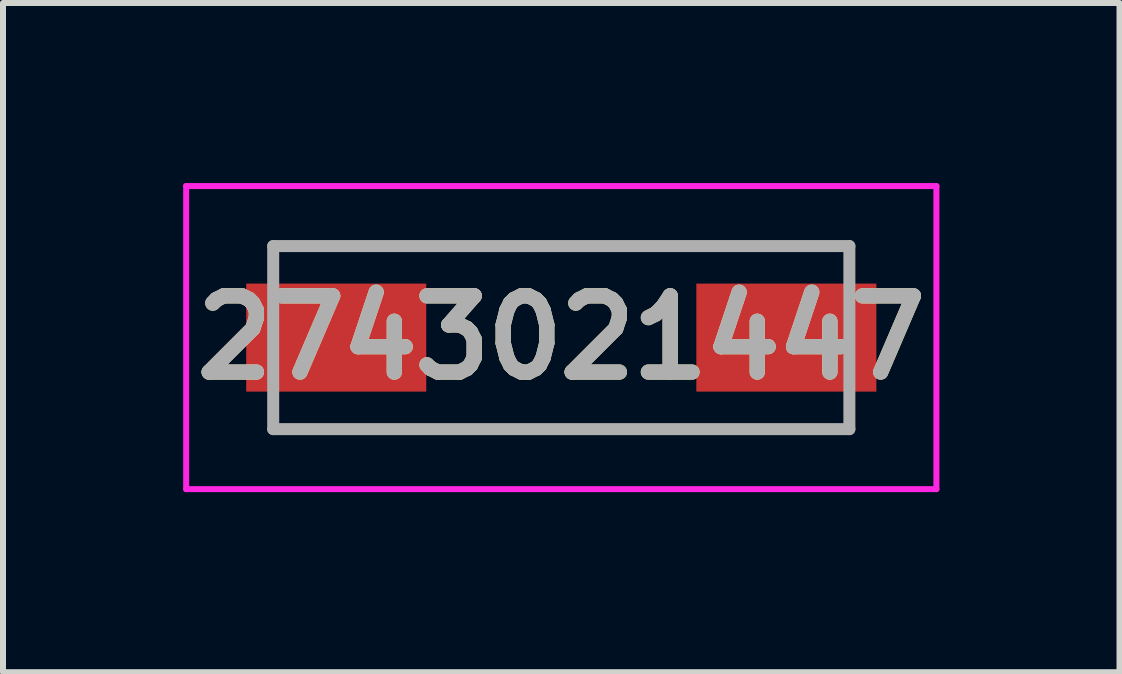
<source format=kicad_pcb>
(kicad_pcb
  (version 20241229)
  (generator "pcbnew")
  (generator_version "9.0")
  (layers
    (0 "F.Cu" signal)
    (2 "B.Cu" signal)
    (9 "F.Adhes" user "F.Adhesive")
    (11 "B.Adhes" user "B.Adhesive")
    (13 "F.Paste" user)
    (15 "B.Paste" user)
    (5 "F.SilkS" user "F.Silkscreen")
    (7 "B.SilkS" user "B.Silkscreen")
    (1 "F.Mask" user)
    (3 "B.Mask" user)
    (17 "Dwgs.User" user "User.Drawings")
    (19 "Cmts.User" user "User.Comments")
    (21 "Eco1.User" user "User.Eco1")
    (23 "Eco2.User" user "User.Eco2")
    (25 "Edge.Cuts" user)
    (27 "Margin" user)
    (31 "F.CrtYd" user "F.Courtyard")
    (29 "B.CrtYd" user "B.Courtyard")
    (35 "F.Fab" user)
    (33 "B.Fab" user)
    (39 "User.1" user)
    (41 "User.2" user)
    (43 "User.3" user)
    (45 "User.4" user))
  (footprint "2743021447"
    (layer "F.Cu")
    (at 6.302 2.575)
    (property "Reference" "2743021447" (at 0 0 0) (layer "F.SilkS") (effects (font (size 1.27 1.27) (thickness 0.254))))
    (attr smd)
    (fp_line (start -4.8 -1.525) (end 4.8 -1.525) (stroke (width 0.1) (type solid)) (layer "F.SilkS"))
    (fp_line (start -4.8 1.525) (end 4.8 1.525) (stroke (width 0.1) (type solid)) (layer "F.SilkS"))
    (fp_line (start -6.25 -2.525) (end 6.25 -2.525) (stroke (width 0.1) (type solid)) (layer "F.CrtYd"))
    (fp_line (start -6.25 2.525) (end -6.25 -2.525) (stroke (width 0.1) (type solid)) (layer "F.CrtYd"))
    (fp_line (start 6.25 -2.525) (end 6.25 2.525) (stroke (width 0.1) (type solid)) (layer "F.CrtYd"))
    (fp_line (start 6.25 2.525) (end -6.25 2.525) (stroke (width 0.1) (type solid)) (layer "F.CrtYd"))
    (fp_line (start -4.8 -1.525) (end 4.8 -1.525) (stroke (width 0.2) (type solid)) (layer "F.Fab"))
    (fp_line (start -4.8 1.525) (end -4.8 -1.525) (stroke (width 0.2) (type solid)) (layer "F.Fab"))
    (fp_line (start 4.8 -1.525) (end 4.8 1.525) (stroke (width 0.2) (type solid)) (layer "F.Fab"))
    (fp_line (start 4.8 1.525) (end -4.8 1.525) (stroke (width 0.2) (type solid)) (layer "F.Fab"))
    (fp_text user "${REFERENCE}" (at 0 0 0) (layer "F.Fab") (effects (font (size 1.27 1.27) (thickness 0.254))))
    (pad "1" smd rect (at -3.75 0 90) (size 1.8 3) (layers "F.Cu" "F.Mask" "F.Paste"))
    (pad "2" smd rect (at 3.75 0 90) (size 1.8 3) (layers "F.Cu" "F.Mask" "F.Paste")))
  (gr_rect
    (start -3 -3)
    (end 15.603 8.15)
    (stroke (width 0.1) (type default))
    (fill no)
    (layer "Edge.Cuts")))
</source>
